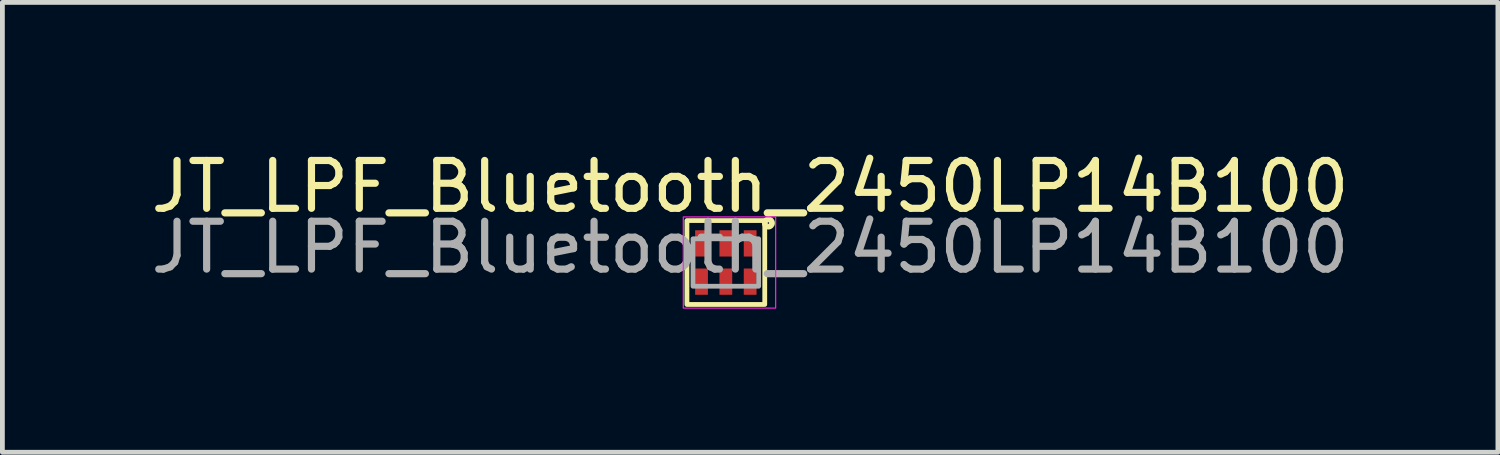
<source format=kicad_pcb>
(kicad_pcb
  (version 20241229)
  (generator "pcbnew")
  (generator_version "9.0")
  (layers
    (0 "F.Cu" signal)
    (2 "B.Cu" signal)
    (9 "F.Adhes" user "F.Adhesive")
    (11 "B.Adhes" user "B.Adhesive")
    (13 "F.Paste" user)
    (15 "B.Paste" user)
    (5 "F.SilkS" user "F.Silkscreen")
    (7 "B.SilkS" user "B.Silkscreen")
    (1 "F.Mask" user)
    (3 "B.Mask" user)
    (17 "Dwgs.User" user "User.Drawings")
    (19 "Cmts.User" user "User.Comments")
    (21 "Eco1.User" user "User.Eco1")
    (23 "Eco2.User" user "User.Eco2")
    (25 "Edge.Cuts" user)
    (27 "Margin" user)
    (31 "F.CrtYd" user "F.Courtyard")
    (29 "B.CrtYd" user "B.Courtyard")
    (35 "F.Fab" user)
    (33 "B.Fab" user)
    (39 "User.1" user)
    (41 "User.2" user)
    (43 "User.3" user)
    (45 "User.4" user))
  (footprint "JT_LPF_Bluetooth_2450LP14B100"
    (layer "F.Cu")
    (at 12.625 2.118)
    (property "Reference" "JT_LPF_Bluetooth_2450LP14B100" (at 0 -1.27 0) (unlocked yes) (layer "F.SilkS") (effects (font (size 1 1) (thickness 0.15))))
    (attr smd)
    (fp_rect (start -1.321 1.194) (end 0.305 -0.559) (stroke (width 0.1) (type solid)) (fill no) (layer "F.SilkS"))
    (fp_circle (center 0.381 -0.508) (end 0.457 -0.508) (stroke (width 0.12) (type solid)) (fill no) (layer "F.SilkS"))
    (fp_rect (start -1.397 1.27) (end 0.533 -0.635) (stroke (width 0.025) (type solid)) (fill no) (layer "F.CrtYd"))
    (fp_rect (start -1.194 0.813) (end 0.178 -0.178) (stroke (width 0.1) (type solid)) (fill no) (layer "F.Fab"))
    (fp_text user "${REFERENCE}" (at 0 0 0) (unlocked yes) (layer "F.Fab") (effects (font (size 1 1) (thickness 0.15))))
    (pad "1" smd rect (at 0 -0.082) (size 0.267 0.549) (layers "F.Cu" "F.Mask" "F.Paste"))
    (pad "2" smd rect (at -0.508 -0.082) (size 0.267 0.549) (layers "F.Cu" "F.Mask" "F.Paste"))
    (pad "3" smd rect (at -1.016 -0.082) (size 0.267 0.549) (layers "F.Cu" "F.Mask" "F.Paste"))
    (pad "4" smd rect (at -1.016 0.717) (size 0.267 0.549) (layers "F.Cu" "F.Mask" "F.Paste"))
    (pad "5" smd rect (at -0.508 0.717) (size 0.267 0.549) (layers "F.Cu" "F.Mask" "F.Paste"))
    (pad "6" smd rect (at 0 0.717) (size 0.267 0.549) (layers "F.Cu" "F.Mask" "F.Paste")))
  (gr_rect
    (start -3 -3)
    (end 28.25 6.401)
    (stroke (width 0.1) (type default))
    (fill no)
    (layer "Edge.Cuts")))
</source>
